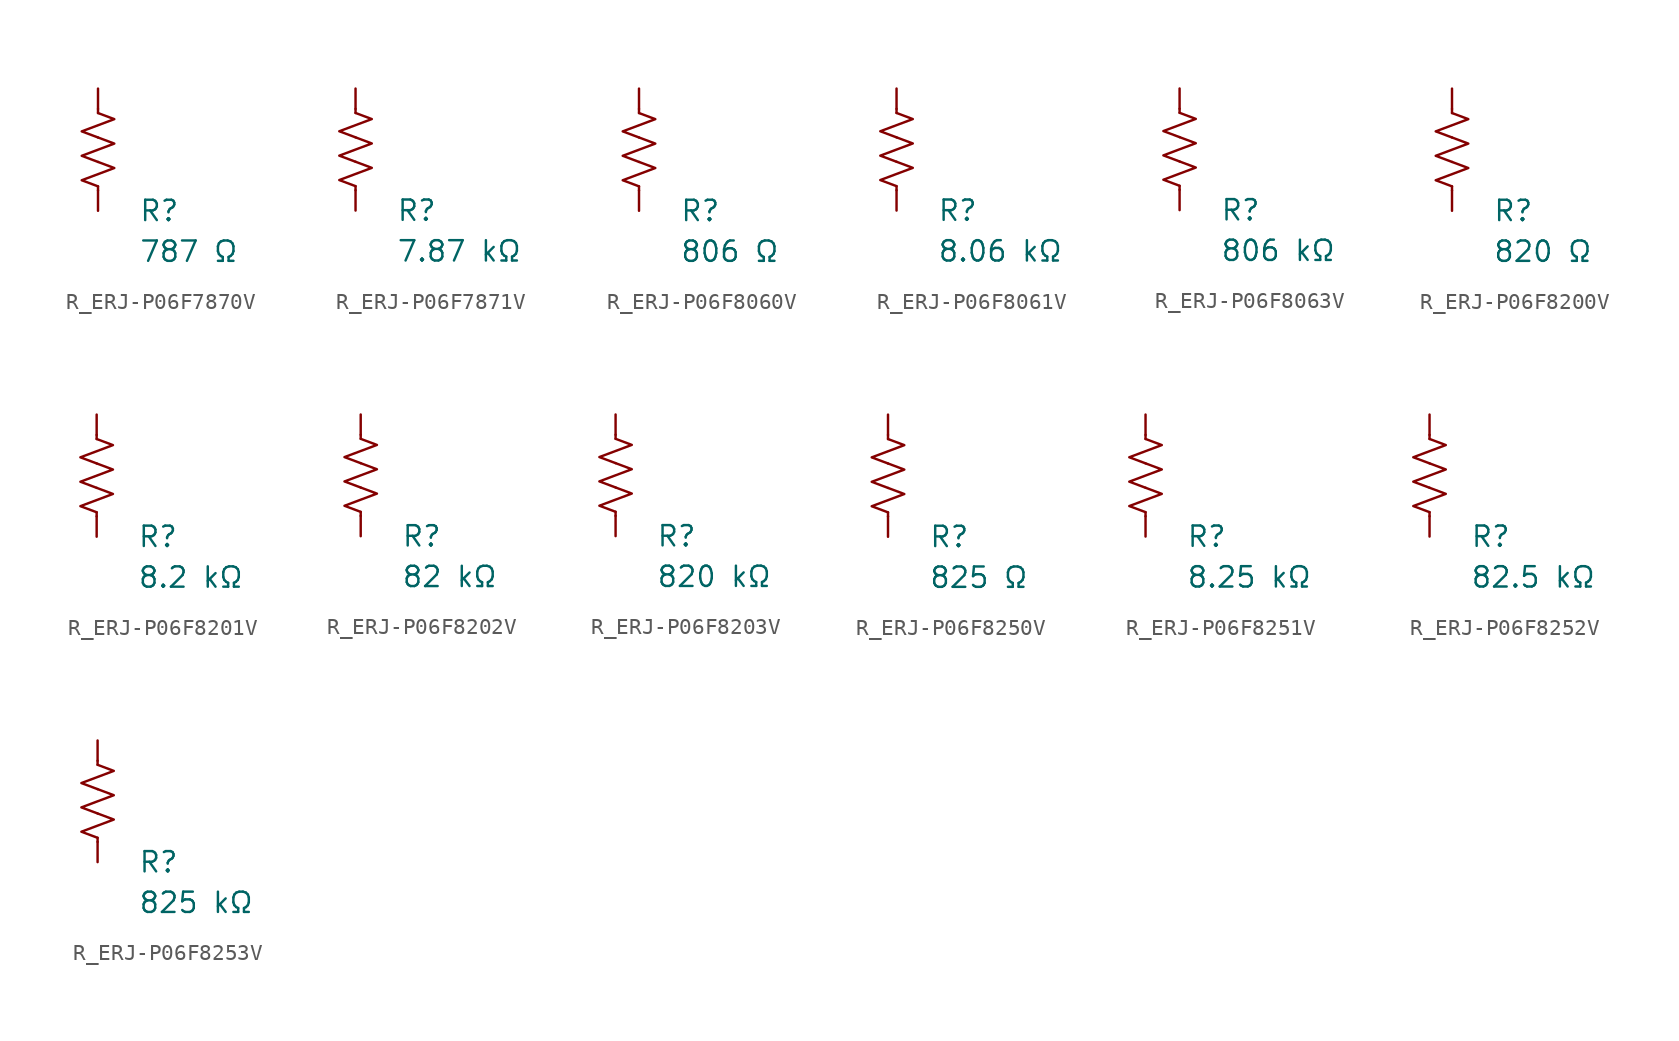
<source format=kicad_sym>
(kicad_symbol_lib
  (version 20231120)
  (generator "kicad_symbol_editor")
  (generator_version "8.0")
  (symbol "R_ERJ-P06F7870V"
    (pin_numbers hide)
    (pin_names
      (offset 0))
    (property "Reference" "R"
      (at 2.54 -3.81 0)
      (effects (font (size 1.27 1.27)) (justify left))
      (show_name no))
    (property "Value" "787 Ω"
      (at 2.54 -6.35 0)
      (effects (font (size 1.27 1.27)) (justify left))
      (show_name no))
    (symbol "R_ERJ-P06F7870V_0_1"
      (polyline (pts (xy 0 -2.286) (xy 0 -2.54)) (stroke (width 0) (type default)) (fill (type none)))
      (polyline (pts (xy 0 2.286) (xy 0 2.54)) (stroke (width 0) (type default)) (fill (type none)))
      (polyline (pts (xy 0 -0.762) (xy 1.016 -1.143) (xy 0 -1.524) (xy -1.016 -1.905) (xy 0 -2.286)) (stroke (width 0) (type default)) (fill (type none)))
      (polyline (pts (xy 0 0.762) (xy 1.016 0.381) (xy 0 0) (xy -1.016 -0.381) (xy 0 -0.762)) (stroke (width 0) (type default)) (fill (type none)))
      (polyline (pts (xy 0 2.286) (xy 1.016 1.905) (xy 0 1.524) (xy -1.016 1.143) (xy 0 0.762)) (stroke (width 0) (type default)) (fill (type none))))
    (symbol "R_ERJ-P06F7870V_1_1"
      (pin passive line (at 0 3.81 270) (length 1.27) (name "~" (effects (font (size 1.27 1.27)))) (number "1" (effects (font (size 1.27 1.27)))))
      (pin passive line (at 0 -3.81 90) (length 1.27) (name "~" (effects (font (size 1.27 1.27)))) (number "2" (effects (font (size 1.27 1.27)))))))
  (symbol "R_ERJ-P06F7871V"
    (pin_numbers hide)
    (pin_names
      (offset 0))
    (property "Reference" "R"
      (at 2.54 -3.81 0)
      (effects (font (size 1.27 1.27)) (justify left))
      (show_name no))
    (property "Value" "7.87 kΩ"
      (at 2.54 -6.35 0)
      (effects (font (size 1.27 1.27)) (justify left))
      (show_name no))
    (symbol "R_ERJ-P06F7871V_0_1"
      (polyline (pts (xy 0 -2.286) (xy 0 -2.54)) (stroke (width 0) (type default)) (fill (type none)))
      (polyline (pts (xy 0 2.286) (xy 0 2.54)) (stroke (width 0) (type default)) (fill (type none)))
      (polyline (pts (xy 0 -0.762) (xy 1.016 -1.143) (xy 0 -1.524) (xy -1.016 -1.905) (xy 0 -2.286)) (stroke (width 0) (type default)) (fill (type none)))
      (polyline (pts (xy 0 0.762) (xy 1.016 0.381) (xy 0 0) (xy -1.016 -0.381) (xy 0 -0.762)) (stroke (width 0) (type default)) (fill (type none)))
      (polyline (pts (xy 0 2.286) (xy 1.016 1.905) (xy 0 1.524) (xy -1.016 1.143) (xy 0 0.762)) (stroke (width 0) (type default)) (fill (type none))))
    (symbol "R_ERJ-P06F7871V_1_1"
      (pin passive line (at 0 3.81 270) (length 1.27) (name "~" (effects (font (size 1.27 1.27)))) (number "1" (effects (font (size 1.27 1.27)))))
      (pin passive line (at 0 -3.81 90) (length 1.27) (name "~" (effects (font (size 1.27 1.27)))) (number "2" (effects (font (size 1.27 1.27)))))))
  (symbol "R_ERJ-P06F8060V"
    (pin_numbers hide)
    (pin_names
      (offset 0))
    (property "Reference" "R"
      (at 2.54 -3.81 0)
      (effects (font (size 1.27 1.27)) (justify left))
      (show_name no))
    (property "Value" "806 Ω"
      (at 2.54 -6.35 0)
      (effects (font (size 1.27 1.27)) (justify left))
      (show_name no))
    (symbol "R_ERJ-P06F8060V_0_1"
      (polyline (pts (xy 0 -2.286) (xy 0 -2.54)) (stroke (width 0) (type default)) (fill (type none)))
      (polyline (pts (xy 0 2.286) (xy 0 2.54)) (stroke (width 0) (type default)) (fill (type none)))
      (polyline (pts (xy 0 -0.762) (xy 1.016 -1.143) (xy 0 -1.524) (xy -1.016 -1.905) (xy 0 -2.286)) (stroke (width 0) (type default)) (fill (type none)))
      (polyline (pts (xy 0 0.762) (xy 1.016 0.381) (xy 0 0) (xy -1.016 -0.381) (xy 0 -0.762)) (stroke (width 0) (type default)) (fill (type none)))
      (polyline (pts (xy 0 2.286) (xy 1.016 1.905) (xy 0 1.524) (xy -1.016 1.143) (xy 0 0.762)) (stroke (width 0) (type default)) (fill (type none))))
    (symbol "R_ERJ-P06F8060V_1_1"
      (pin passive line (at 0 3.81 270) (length 1.27) (name "~" (effects (font (size 1.27 1.27)))) (number "1" (effects (font (size 1.27 1.27)))))
      (pin passive line (at 0 -3.81 90) (length 1.27) (name "~" (effects (font (size 1.27 1.27)))) (number "2" (effects (font (size 1.27 1.27)))))))
  (symbol "R_ERJ-P06F8061V"
    (pin_numbers hide)
    (pin_names
      (offset 0))
    (property "Reference" "R"
      (at 2.54 -3.81 0)
      (effects (font (size 1.27 1.27)) (justify left))
      (show_name no))
    (property "Value" "8.06 kΩ"
      (at 2.54 -6.35 0)
      (effects (font (size 1.27 1.27)) (justify left))
      (show_name no))
    (symbol "R_ERJ-P06F8061V_0_1"
      (polyline (pts (xy 0 -2.286) (xy 0 -2.54)) (stroke (width 0) (type default)) (fill (type none)))
      (polyline (pts (xy 0 2.286) (xy 0 2.54)) (stroke (width 0) (type default)) (fill (type none)))
      (polyline (pts (xy 0 -0.762) (xy 1.016 -1.143) (xy 0 -1.524) (xy -1.016 -1.905) (xy 0 -2.286)) (stroke (width 0) (type default)) (fill (type none)))
      (polyline (pts (xy 0 0.762) (xy 1.016 0.381) (xy 0 0) (xy -1.016 -0.381) (xy 0 -0.762)) (stroke (width 0) (type default)) (fill (type none)))
      (polyline (pts (xy 0 2.286) (xy 1.016 1.905) (xy 0 1.524) (xy -1.016 1.143) (xy 0 0.762)) (stroke (width 0) (type default)) (fill (type none))))
    (symbol "R_ERJ-P06F8061V_1_1"
      (pin passive line (at 0 3.81 270) (length 1.27) (name "~" (effects (font (size 1.27 1.27)))) (number "1" (effects (font (size 1.27 1.27)))))
      (pin passive line (at 0 -3.81 90) (length 1.27) (name "~" (effects (font (size 1.27 1.27)))) (number "2" (effects (font (size 1.27 1.27)))))))
  (symbol "R_ERJ-P06F8063V"
    (pin_numbers hide)
    (pin_names
      (offset 0))
    (property "Reference" "R"
      (at 2.54 -3.81 0)
      (effects (font (size 1.27 1.27)) (justify left))
      (show_name no))
    (property "Value" "806 kΩ"
      (at 2.54 -6.35 0)
      (effects (font (size 1.27 1.27)) (justify left))
      (show_name no))
    (symbol "R_ERJ-P06F8063V_0_1"
      (polyline (pts (xy 0 -2.286) (xy 0 -2.54)) (stroke (width 0) (type default)) (fill (type none)))
      (polyline (pts (xy 0 2.286) (xy 0 2.54)) (stroke (width 0) (type default)) (fill (type none)))
      (polyline (pts (xy 0 -0.762) (xy 1.016 -1.143) (xy 0 -1.524) (xy -1.016 -1.905) (xy 0 -2.286)) (stroke (width 0) (type default)) (fill (type none)))
      (polyline (pts (xy 0 0.762) (xy 1.016 0.381) (xy 0 0) (xy -1.016 -0.381) (xy 0 -0.762)) (stroke (width 0) (type default)) (fill (type none)))
      (polyline (pts (xy 0 2.286) (xy 1.016 1.905) (xy 0 1.524) (xy -1.016 1.143) (xy 0 0.762)) (stroke (width 0) (type default)) (fill (type none))))
    (symbol "R_ERJ-P06F8063V_1_1"
      (pin passive line (at 0 3.81 270) (length 1.27) (name "~" (effects (font (size 1.27 1.27)))) (number "1" (effects (font (size 1.27 1.27)))))
      (pin passive line (at 0 -3.81 90) (length 1.27) (name "~" (effects (font (size 1.27 1.27)))) (number "2" (effects (font (size 1.27 1.27)))))))
  (symbol "R_ERJ-P06F8200V"
    (pin_numbers hide)
    (pin_names
      (offset 0))
    (property "Reference" "R"
      (at 2.54 -3.81 0)
      (effects (font (size 1.27 1.27)) (justify left))
      (show_name no))
    (property "Value" "820 Ω"
      (at 2.54 -6.35 0)
      (effects (font (size 1.27 1.27)) (justify left))
      (show_name no))
    (symbol "R_ERJ-P06F8200V_0_1"
      (polyline (pts (xy 0 -2.286) (xy 0 -2.54)) (stroke (width 0) (type default)) (fill (type none)))
      (polyline (pts (xy 0 2.286) (xy 0 2.54)) (stroke (width 0) (type default)) (fill (type none)))
      (polyline (pts (xy 0 -0.762) (xy 1.016 -1.143) (xy 0 -1.524) (xy -1.016 -1.905) (xy 0 -2.286)) (stroke (width 0) (type default)) (fill (type none)))
      (polyline (pts (xy 0 0.762) (xy 1.016 0.381) (xy 0 0) (xy -1.016 -0.381) (xy 0 -0.762)) (stroke (width 0) (type default)) (fill (type none)))
      (polyline (pts (xy 0 2.286) (xy 1.016 1.905) (xy 0 1.524) (xy -1.016 1.143) (xy 0 0.762)) (stroke (width 0) (type default)) (fill (type none))))
    (symbol "R_ERJ-P06F8200V_1_1"
      (pin passive line (at 0 3.81 270) (length 1.27) (name "~" (effects (font (size 1.27 1.27)))) (number "1" (effects (font (size 1.27 1.27)))))
      (pin passive line (at 0 -3.81 90) (length 1.27) (name "~" (effects (font (size 1.27 1.27)))) (number "2" (effects (font (size 1.27 1.27)))))))
  (symbol "R_ERJ-P06F8201V"
    (pin_numbers hide)
    (pin_names
      (offset 0))
    (property "Reference" "R"
      (at 2.54 -3.81 0)
      (effects (font (size 1.27 1.27)) (justify left))
      (show_name no))
    (property "Value" "8.2 kΩ"
      (at 2.54 -6.35 0)
      (effects (font (size 1.27 1.27)) (justify left))
      (show_name no))
    (symbol "R_ERJ-P06F8201V_0_1"
      (polyline (pts (xy 0 -2.286) (xy 0 -2.54)) (stroke (width 0) (type default)) (fill (type none)))
      (polyline (pts (xy 0 2.286) (xy 0 2.54)) (stroke (width 0) (type default)) (fill (type none)))
      (polyline (pts (xy 0 -0.762) (xy 1.016 -1.143) (xy 0 -1.524) (xy -1.016 -1.905) (xy 0 -2.286)) (stroke (width 0) (type default)) (fill (type none)))
      (polyline (pts (xy 0 0.762) (xy 1.016 0.381) (xy 0 0) (xy -1.016 -0.381) (xy 0 -0.762)) (stroke (width 0) (type default)) (fill (type none)))
      (polyline (pts (xy 0 2.286) (xy 1.016 1.905) (xy 0 1.524) (xy -1.016 1.143) (xy 0 0.762)) (stroke (width 0) (type default)) (fill (type none))))
    (symbol "R_ERJ-P06F8201V_1_1"
      (pin passive line (at 0 3.81 270) (length 1.27) (name "~" (effects (font (size 1.27 1.27)))) (number "1" (effects (font (size 1.27 1.27)))))
      (pin passive line (at 0 -3.81 90) (length 1.27) (name "~" (effects (font (size 1.27 1.27)))) (number "2" (effects (font (size 1.27 1.27)))))))
  (symbol "R_ERJ-P06F8202V"
    (pin_numbers hide)
    (pin_names
      (offset 0))
    (property "Reference" "R"
      (at 2.54 -3.81 0)
      (effects (font (size 1.27 1.27)) (justify left))
      (show_name no))
    (property "Value" "82 kΩ"
      (at 2.54 -6.35 0)
      (effects (font (size 1.27 1.27)) (justify left))
      (show_name no))
    (symbol "R_ERJ-P06F8202V_0_1"
      (polyline (pts (xy 0 -2.286) (xy 0 -2.54)) (stroke (width 0) (type default)) (fill (type none)))
      (polyline (pts (xy 0 2.286) (xy 0 2.54)) (stroke (width 0) (type default)) (fill (type none)))
      (polyline (pts (xy 0 -0.762) (xy 1.016 -1.143) (xy 0 -1.524) (xy -1.016 -1.905) (xy 0 -2.286)) (stroke (width 0) (type default)) (fill (type none)))
      (polyline (pts (xy 0 0.762) (xy 1.016 0.381) (xy 0 0) (xy -1.016 -0.381) (xy 0 -0.762)) (stroke (width 0) (type default)) (fill (type none)))
      (polyline (pts (xy 0 2.286) (xy 1.016 1.905) (xy 0 1.524) (xy -1.016 1.143) (xy 0 0.762)) (stroke (width 0) (type default)) (fill (type none))))
    (symbol "R_ERJ-P06F8202V_1_1"
      (pin passive line (at 0 3.81 270) (length 1.27) (name "~" (effects (font (size 1.27 1.27)))) (number "1" (effects (font (size 1.27 1.27)))))
      (pin passive line (at 0 -3.81 90) (length 1.27) (name "~" (effects (font (size 1.27 1.27)))) (number "2" (effects (font (size 1.27 1.27)))))))
  (symbol "R_ERJ-P06F8203V"
    (pin_numbers hide)
    (pin_names
      (offset 0))
    (property "Reference" "R"
      (at 2.54 -3.81 0)
      (effects (font (size 1.27 1.27)) (justify left))
      (show_name no))
    (property "Value" "820 kΩ"
      (at 2.54 -6.35 0)
      (effects (font (size 1.27 1.27)) (justify left))
      (show_name no))
    (symbol "R_ERJ-P06F8203V_0_1"
      (polyline (pts (xy 0 -2.286) (xy 0 -2.54)) (stroke (width 0) (type default)) (fill (type none)))
      (polyline (pts (xy 0 2.286) (xy 0 2.54)) (stroke (width 0) (type default)) (fill (type none)))
      (polyline (pts (xy 0 -0.762) (xy 1.016 -1.143) (xy 0 -1.524) (xy -1.016 -1.905) (xy 0 -2.286)) (stroke (width 0) (type default)) (fill (type none)))
      (polyline (pts (xy 0 0.762) (xy 1.016 0.381) (xy 0 0) (xy -1.016 -0.381) (xy 0 -0.762)) (stroke (width 0) (type default)) (fill (type none)))
      (polyline (pts (xy 0 2.286) (xy 1.016 1.905) (xy 0 1.524) (xy -1.016 1.143) (xy 0 0.762)) (stroke (width 0) (type default)) (fill (type none))))
    (symbol "R_ERJ-P06F8203V_1_1"
      (pin passive line (at 0 3.81 270) (length 1.27) (name "~" (effects (font (size 1.27 1.27)))) (number "1" (effects (font (size 1.27 1.27)))))
      (pin passive line (at 0 -3.81 90) (length 1.27) (name "~" (effects (font (size 1.27 1.27)))) (number "2" (effects (font (size 1.27 1.27)))))))
  (symbol "R_ERJ-P06F8250V"
    (pin_numbers hide)
    (pin_names
      (offset 0))
    (property "Reference" "R"
      (at 2.54 -3.81 0)
      (effects (font (size 1.27 1.27)) (justify left))
      (show_name no))
    (property "Value" "825 Ω"
      (at 2.54 -6.35 0)
      (effects (font (size 1.27 1.27)) (justify left))
      (show_name no))
    (symbol "R_ERJ-P06F8250V_0_1"
      (polyline (pts (xy 0 -2.286) (xy 0 -2.54)) (stroke (width 0) (type default)) (fill (type none)))
      (polyline (pts (xy 0 2.286) (xy 0 2.54)) (stroke (width 0) (type default)) (fill (type none)))
      (polyline (pts (xy 0 -0.762) (xy 1.016 -1.143) (xy 0 -1.524) (xy -1.016 -1.905) (xy 0 -2.286)) (stroke (width 0) (type default)) (fill (type none)))
      (polyline (pts (xy 0 0.762) (xy 1.016 0.381) (xy 0 0) (xy -1.016 -0.381) (xy 0 -0.762)) (stroke (width 0) (type default)) (fill (type none)))
      (polyline (pts (xy 0 2.286) (xy 1.016 1.905) (xy 0 1.524) (xy -1.016 1.143) (xy 0 0.762)) (stroke (width 0) (type default)) (fill (type none))))
    (symbol "R_ERJ-P06F8250V_1_1"
      (pin passive line (at 0 3.81 270) (length 1.27) (name "~" (effects (font (size 1.27 1.27)))) (number "1" (effects (font (size 1.27 1.27)))))
      (pin passive line (at 0 -3.81 90) (length 1.27) (name "~" (effects (font (size 1.27 1.27)))) (number "2" (effects (font (size 1.27 1.27)))))))
  (symbol "R_ERJ-P06F8251V"
    (pin_numbers hide)
    (pin_names
      (offset 0))
    (property "Reference" "R"
      (at 2.54 -3.81 0)
      (effects (font (size 1.27 1.27)) (justify left))
      (show_name no))
    (property "Value" "8.25 kΩ"
      (at 2.54 -6.35 0)
      (effects (font (size 1.27 1.27)) (justify left))
      (show_name no))
    (symbol "R_ERJ-P06F8251V_0_1"
      (polyline (pts (xy 0 -2.286) (xy 0 -2.54)) (stroke (width 0) (type default)) (fill (type none)))
      (polyline (pts (xy 0 2.286) (xy 0 2.54)) (stroke (width 0) (type default)) (fill (type none)))
      (polyline (pts (xy 0 -0.762) (xy 1.016 -1.143) (xy 0 -1.524) (xy -1.016 -1.905) (xy 0 -2.286)) (stroke (width 0) (type default)) (fill (type none)))
      (polyline (pts (xy 0 0.762) (xy 1.016 0.381) (xy 0 0) (xy -1.016 -0.381) (xy 0 -0.762)) (stroke (width 0) (type default)) (fill (type none)))
      (polyline (pts (xy 0 2.286) (xy 1.016 1.905) (xy 0 1.524) (xy -1.016 1.143) (xy 0 0.762)) (stroke (width 0) (type default)) (fill (type none))))
    (symbol "R_ERJ-P06F8251V_1_1"
      (pin passive line (at 0 3.81 270) (length 1.27) (name "~" (effects (font (size 1.27 1.27)))) (number "1" (effects (font (size 1.27 1.27)))))
      (pin passive line (at 0 -3.81 90) (length 1.27) (name "~" (effects (font (size 1.27 1.27)))) (number "2" (effects (font (size 1.27 1.27)))))))
  (symbol "R_ERJ-P06F8252V"
    (pin_numbers hide)
    (pin_names
      (offset 0))
    (property "Reference" "R"
      (at 2.54 -3.81 0)
      (effects (font (size 1.27 1.27)) (justify left))
      (show_name no))
    (property "Value" "82.5 kΩ"
      (at 2.54 -6.35 0)
      (effects (font (size 1.27 1.27)) (justify left))
      (show_name no))
    (symbol "R_ERJ-P06F8252V_0_1"
      (polyline (pts (xy 0 -2.286) (xy 0 -2.54)) (stroke (width 0) (type default)) (fill (type none)))
      (polyline (pts (xy 0 2.286) (xy 0 2.54)) (stroke (width 0) (type default)) (fill (type none)))
      (polyline (pts (xy 0 -0.762) (xy 1.016 -1.143) (xy 0 -1.524) (xy -1.016 -1.905) (xy 0 -2.286)) (stroke (width 0) (type default)) (fill (type none)))
      (polyline (pts (xy 0 0.762) (xy 1.016 0.381) (xy 0 0) (xy -1.016 -0.381) (xy 0 -0.762)) (stroke (width 0) (type default)) (fill (type none)))
      (polyline (pts (xy 0 2.286) (xy 1.016 1.905) (xy 0 1.524) (xy -1.016 1.143) (xy 0 0.762)) (stroke (width 0) (type default)) (fill (type none))))
    (symbol "R_ERJ-P06F8252V_1_1"
      (pin passive line (at 0 3.81 270) (length 1.27) (name "~" (effects (font (size 1.27 1.27)))) (number "1" (effects (font (size 1.27 1.27)))))
      (pin passive line (at 0 -3.81 90) (length 1.27) (name "~" (effects (font (size 1.27 1.27)))) (number "2" (effects (font (size 1.27 1.27)))))))
  (symbol "R_ERJ-P06F8253V"
    (pin_numbers hide)
    (pin_names
      (offset 0))
    (property "Reference" "R"
      (at 2.54 -3.81 0)
      (effects (font (size 1.27 1.27)) (justify left))
      (show_name no))
    (property "Value" "825 kΩ"
      (at 2.54 -6.35 0)
      (effects (font (size 1.27 1.27)) (justify left))
      (show_name no))
    (symbol "R_ERJ-P06F8253V_0_1"
      (polyline (pts (xy 0 -2.286) (xy 0 -2.54)) (stroke (width 0) (type default)) (fill (type none)))
      (polyline (pts (xy 0 2.286) (xy 0 2.54)) (stroke (width 0) (type default)) (fill (type none)))
      (polyline (pts (xy 0 -0.762) (xy 1.016 -1.143) (xy 0 -1.524) (xy -1.016 -1.905) (xy 0 -2.286)) (stroke (width 0) (type default)) (fill (type none)))
      (polyline (pts (xy 0 0.762) (xy 1.016 0.381) (xy 0 0) (xy -1.016 -0.381) (xy 0 -0.762)) (stroke (width 0) (type default)) (fill (type none)))
      (polyline (pts (xy 0 2.286) (xy 1.016 1.905) (xy 0 1.524) (xy -1.016 1.143) (xy 0 0.762)) (stroke (width 0) (type default)) (fill (type none))))
    (symbol "R_ERJ-P06F8253V_1_1"
      (pin passive line (at 0 3.81 270) (length 1.27) (name "~" (effects (font (size 1.27 1.27)))) (number "1" (effects (font (size 1.27 1.27)))))
      (pin passive line (at 0 -3.81 90) (length 1.27) (name "~" (effects (font (size 1.27 1.27)))) (number "2" (effects (font (size 1.27 1.27))))))))
</source>
